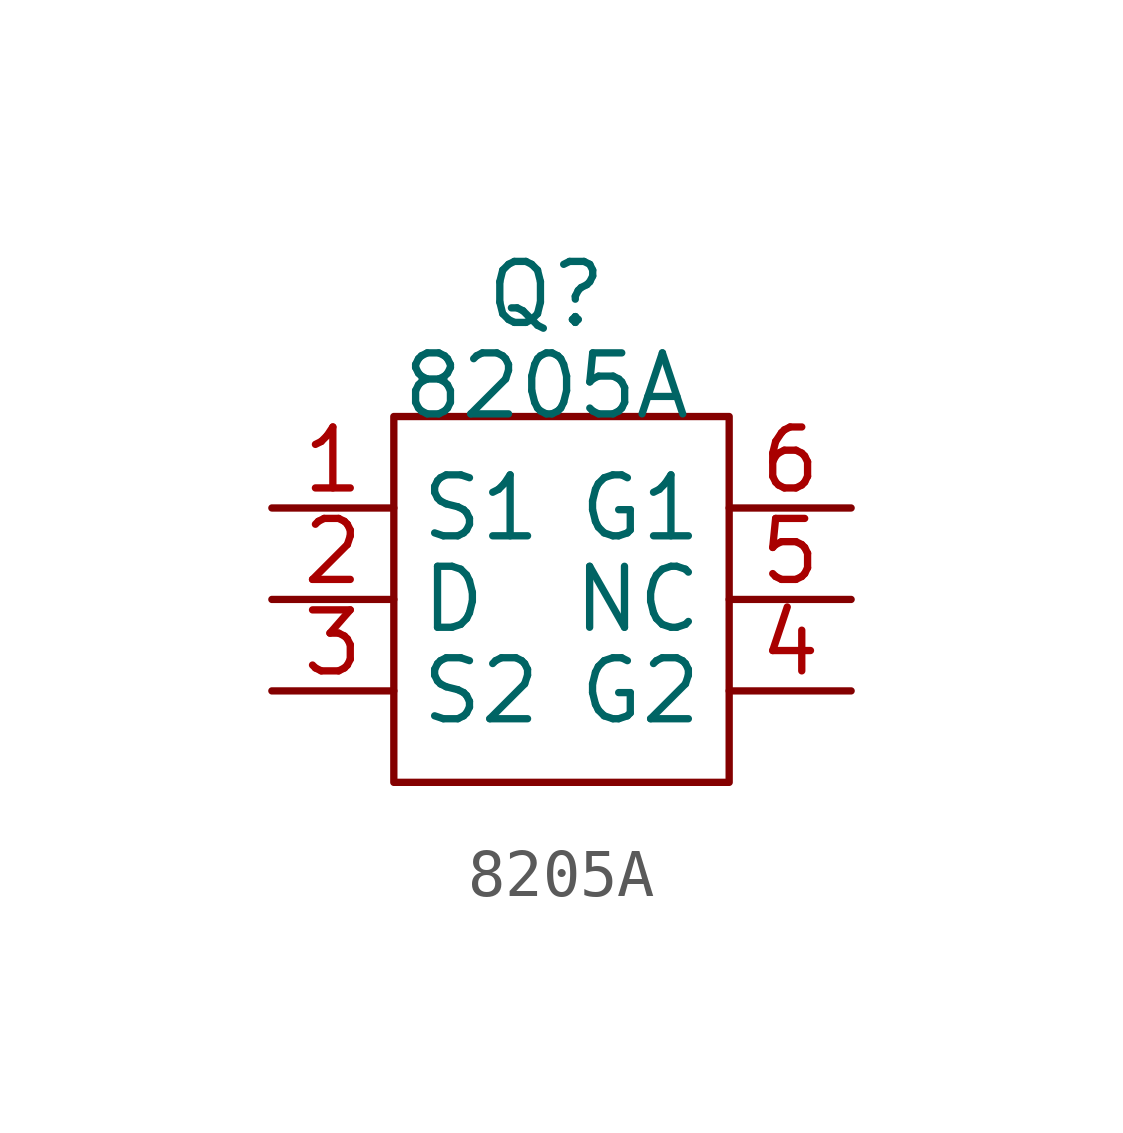
<source format=kicad_sym>
(kicad_symbol_lib
  (version 20220914)
  (generator kicad_symbol_editor)
  (symbol "8205A"
    (property "Reference" "Q"
      (at 3.175 2.54 0)
      (effects (font (size 1.27 1.27))))
    (property "Value" "8205A"
      (at 3.175 0.635 0)
      (effects (font (size 1.27 1.27))))
    (symbol "8205A_0_1"
      (rectangle (start 0 0) (end 6.985 -7.62) (stroke (width 0) (type default)) (fill (type none))))
    (symbol "8205A_1_1"
      (pin bidirectional line (at -2.54 -1.905 0) (length 2.54) (name "S1" (effects (font (size 1.27 1.27)))) (number "1" (effects (font (size 1.27 1.27)))))
      (pin bidirectional line (at -2.54 -3.81 0) (length 2.54) (name "D" (effects (font (size 1.27 1.27)))) (number "2" (effects (font (size 1.27 1.27)))))
      (pin bidirectional line (at -2.54 -5.715 0) (length 2.54) (name "S2" (effects (font (size 1.27 1.27)))) (number "3" (effects (font (size 1.27 1.27)))))
      (pin bidirectional line (at 9.525 -5.715 180) (length 2.54) (name "G2" (effects (font (size 1.27 1.27)))) (number "4" (effects (font (size 1.27 1.27)))))
      (pin bidirectional line (at 9.525 -3.81 180) (length 2.54) (name "NC" (effects (font (size 1.27 1.27)))) (number "5" (effects (font (size 1.27 1.27)))))
      (pin bidirectional line (at 9.525 -1.905 180) (length 2.54) (name "G1" (effects (font (size 1.27 1.27)))) (number "6" (effects (font (size 1.27 1.27))))))))
</source>
